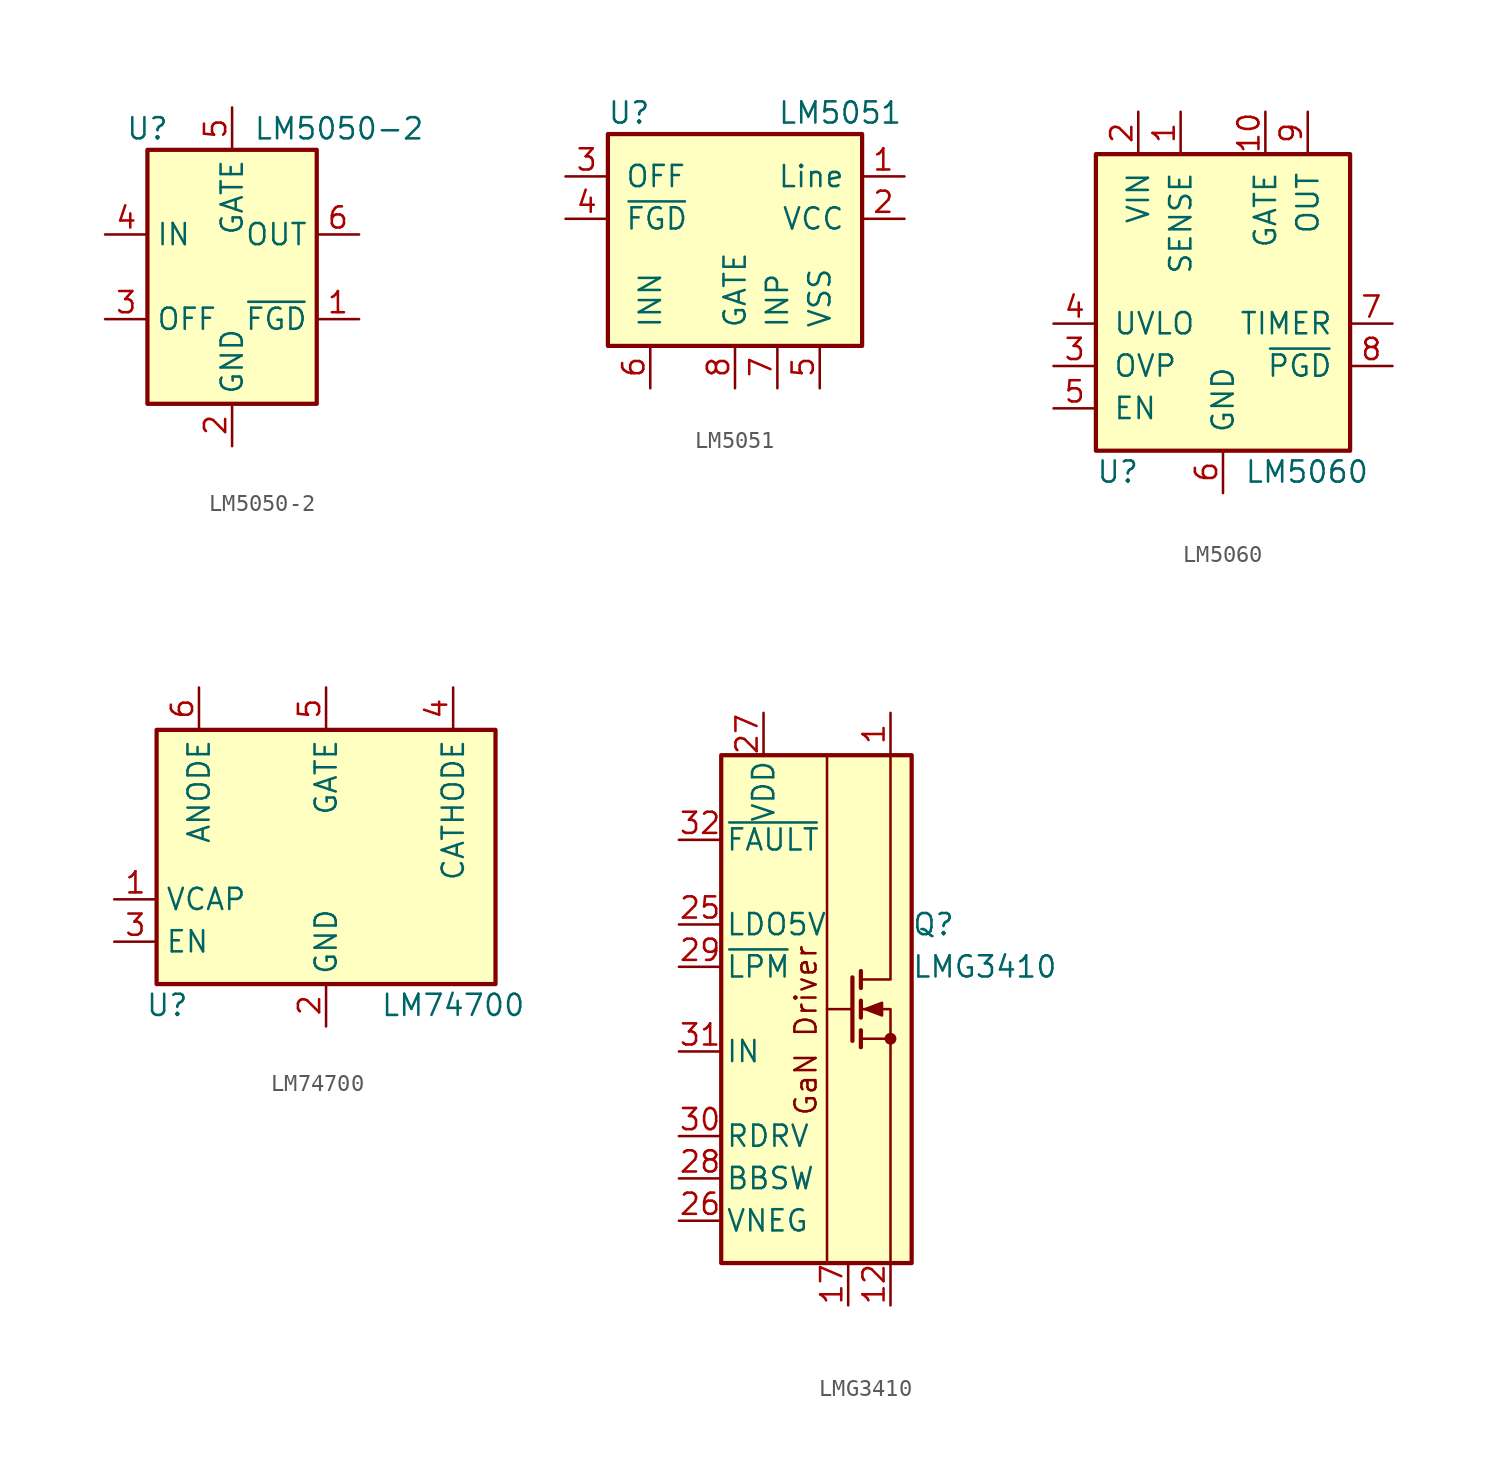
<source format=kicad_sym>
(kicad_symbol_lib
  (version 20201005)
  (generator kicad_symbol_editor)
  (symbol "Power_Management:LM5050-2"
    (property "Reference" "U"
      (at -5.08 8.89 0)
      (effects (font (size 1.27 1.27))))
    (property "Value" "LM5050-2"
      (at 1.27 8.89 0)
      (effects (font (size 1.27 1.27)) (justify left)))
    (symbol "LM5050-2_0_1"
      (rectangle (start -5.08 7.62) (end 5.08 -7.62) (stroke (width 0.254)) (fill (type background))))
    (symbol "LM5050-2_1_1"
      (pin open_collector line (at 7.62 -2.54 180) (length 2.54) (name "~FGD" (effects (font (size 1.27 1.27)))) (number "1" (effects (font (size 1.27 1.27)))))
      (pin power_in line (at 0 -10.16 90) (length 2.54) (name "GND" (effects (font (size 1.27 1.27)))) (number "2" (effects (font (size 1.27 1.27)))))
      (pin input line (at -7.62 -2.54 0) (length 2.54) (name "OFF" (effects (font (size 1.27 1.27)))) (number "3" (effects (font (size 1.27 1.27)))))
      (pin input line (at -7.62 2.54 0) (length 2.54) (name "IN" (effects (font (size 1.27 1.27)))) (number "4" (effects (font (size 1.27 1.27)))))
      (pin output line (at 0 10.16 270) (length 2.54) (name "GATE" (effects (font (size 1.27 1.27)))) (number "5" (effects (font (size 1.27 1.27)))))
      (pin input line (at 7.62 2.54 180) (length 2.54) (name "OUT" (effects (font (size 1.27 1.27)))) (number "6" (effects (font (size 1.27 1.27)))))))
  (symbol "Power_Management:LM5051"
    (pin_names
      (offset 1.016))
    (property "Reference" "U"
      (at -6.35 6.35 0)
      (effects (font (size 1.27 1.27))))
    (property "Value" "LM5051"
      (at 2.54 6.35 0)
      (effects (font (size 1.27 1.27)) (justify left)))
    (symbol "LM5051_0_1"
      (rectangle (start -7.62 5.08) (end 7.62 -7.62) (stroke (width 0.254)) (fill (type background))))
    (symbol "LM5051_1_1"
      (pin power_in line (at 10.16 2.54 180) (length 2.54) (name "Line" (effects (font (size 1.27 1.27)))) (number "1" (effects (font (size 1.27 1.27)))))
      (pin passive line (at 10.16 0 180) (length 2.54) (name "VCC" (effects (font (size 1.27 1.27)))) (number "2" (effects (font (size 1.27 1.27)))))
      (pin input line (at -10.16 2.54 0) (length 2.54) (name "OFF" (effects (font (size 1.27 1.27)))) (number "3" (effects (font (size 1.27 1.27)))))
      (pin open_collector line (at -10.16 0 0) (length 2.54) (name "~FGD" (effects (font (size 1.27 1.27)))) (number "4" (effects (font (size 1.27 1.27)))))
      (pin power_in line (at 5.08 -10.16 90) (length 2.54) (name "VSS" (effects (font (size 1.27 1.27)))) (number "5" (effects (font (size 1.27 1.27)))))
      (pin input line (at -5.08 -10.16 90) (length 2.54) (name "INN" (effects (font (size 1.27 1.27)))) (number "6" (effects (font (size 1.27 1.27)))))
      (pin power_in line (at 2.54 -10.16 90) (length 2.54) (name "INP" (effects (font (size 1.27 1.27)))) (number "7" (effects (font (size 1.27 1.27)))))
      (pin output line (at 0 -10.16 90) (length 2.54) (name "GATE" (effects (font (size 1.27 1.27)))) (number "8" (effects (font (size 1.27 1.27)))))))
  (symbol "Power_Management:LM5060"
    (pin_names
      (offset 1.016))
    (property "Reference" "U"
      (at -7.62 -11.43 0)
      (effects (font (size 1.27 1.27)) (justify left)))
    (property "Value" "LM5060"
      (at 1.27 -11.43 0)
      (effects (font (size 1.27 1.27)) (justify left)))
    (symbol "LM5060_0_1"
      (rectangle (start 7.62 7.62) (end -7.62 -10.16) (stroke (width 0.254)) (fill (type background))))
    (symbol "LM5060_1_0"
      (pin power_in line (at 0 -12.7 90) (length 2.54) (name "GND" (effects (font (size 1.27 1.27)))) (number "6" (effects (font (size 1.27 1.27))))))
    (symbol "LM5060_1_1"
      (pin input line (at -2.54 10.16 270) (length 2.54) (name "SENSE" (effects (font (size 1.27 1.27)))) (number "1" (effects (font (size 1.27 1.27)))))
      (pin output line (at 2.54 10.16 270) (length 2.54) (name "GATE" (effects (font (size 1.27 1.27)))) (number "10" (effects (font (size 1.27 1.27)))))
      (pin power_in line (at -5.08 10.16 270) (length 2.54) (name "VIN" (effects (font (size 1.27 1.27)))) (number "2" (effects (font (size 1.27 1.27)))))
      (pin input line (at -10.16 -5.08 0) (length 2.54) (name "OVP" (effects (font (size 1.27 1.27)))) (number "3" (effects (font (size 1.27 1.27)))))
      (pin input line (at -10.16 -2.54 0) (length 2.54) (name "UVLO" (effects (font (size 1.27 1.27)))) (number "4" (effects (font (size 1.27 1.27)))))
      (pin input line (at -10.16 -7.62 0) (length 2.54) (name "EN" (effects (font (size 1.27 1.27)))) (number "5" (effects (font (size 1.27 1.27)))))
      (pin input line (at 10.16 -2.54 180) (length 2.54) (name "TIMER" (effects (font (size 1.27 1.27)))) (number "7" (effects (font (size 1.27 1.27)))))
      (pin open_collector line (at 10.16 -5.08 180) (length 2.54) (name "~PGD" (effects (font (size 1.27 1.27)))) (number "8" (effects (font (size 1.27 1.27)))))
      (pin input line (at 5.08 10.16 270) (length 2.54) (name "OUT" (effects (font (size 1.27 1.27)))) (number "9" (effects (font (size 1.27 1.27)))))))
  (symbol "Power_Management:LM74700"
    (property "Reference" "U"
      (at -9.525 -8.89 0)
      (effects (font (size 1.27 1.27))))
    (property "Value" "LM74700"
      (at 7.62 -8.89 0)
      (effects (font (size 1.27 1.27))))
    (symbol "LM74700_0_1"
      (rectangle (start -10.16 7.62) (end 10.16 -7.62) (stroke (width 0.254)) (fill (type background))))
    (symbol "LM74700_1_1"
      (pin passive line (at -12.7 -2.54 0) (length 2.54) (name "VCAP" (effects (font (size 1.27 1.27)))) (number "1" (effects (font (size 1.27 1.27)))))
      (pin power_in line (at 0 -10.16 90) (length 2.54) (name "GND" (effects (font (size 1.27 1.27)))) (number "2" (effects (font (size 1.27 1.27)))))
      (pin input line (at -12.7 -5.08 0) (length 2.54) (name "EN" (effects (font (size 1.27 1.27)))) (number "3" (effects (font (size 1.27 1.27)))))
      (pin input line (at 7.62 10.16 270) (length 2.54) (name "CATHODE" (effects (font (size 1.27 1.27)))) (number "4" (effects (font (size 1.27 1.27)))))
      (pin output line (at 0 10.16 270) (length 2.54) (name "GATE" (effects (font (size 1.27 1.27)))) (number "5" (effects (font (size 1.27 1.27)))))
      (pin power_in line (at -7.62 10.16 270) (length 2.54) (name "ANODE" (effects (font (size 1.27 1.27)))) (number "6" (effects (font (size 1.27 1.27)))))))
  (symbol "Power_Management:LMG3410"
    (pin_names
      (offset 0.254))
    (property "Reference" "Q"
      (at 6.35 5.08 0)
      (effects (font (size 1.27 1.27)) (justify left)))
    (property "Value" "LMG3410"
      (at 6.35 2.54 0)
      (effects (font (size 1.27 1.27)) (justify left)))
    (symbol "LMG3410_0_1"
      (circle (center 5.08 -1.778) (radius 0.279) (stroke (width 0)) (fill (type outline)))
      (rectangle (start -5.08 15.24) (end 6.35 -15.24) (stroke (width 0.254)) (fill (type background)))
      (polyline (pts (xy 1.27 0) (xy 2.794 0)) (stroke (width 0)) (fill (type none)))
      (polyline (pts (xy 1.27 15.24) (xy 1.27 -15.24)) (stroke (width 0)) (fill (type none)))
      (polyline (pts (xy 3.302 -1.778) (xy 5.08 -1.778)) (stroke (width 0)) (fill (type none)))
      (polyline (pts (xy 3.302 -1.27) (xy 3.302 -2.286)) (stroke (width 0.254)) (fill (type none)))
      (polyline (pts (xy 3.302 0.508) (xy 3.302 -0.508)) (stroke (width 0.254)) (fill (type none)))
      (polyline (pts (xy 3.302 2.286) (xy 3.302 1.27)) (stroke (width 0.254)) (fill (type none)))
      (polyline (pts (xy 2.794 1.905) (xy 2.794 -1.905) (xy 2.794 -1.905)) (stroke (width 0.254)) (fill (type none)))
      (polyline (pts (xy 3.302 0) (xy 5.08 0) (xy 5.08 -15.24)) (stroke (width 0)) (fill (type none)))
      (polyline (pts (xy 5.08 15.24) (xy 5.08 1.778) (xy 3.302 1.778)) (stroke (width 0)) (fill (type none)))
      (polyline (pts (xy 3.556 0) (xy 4.572 0.381) (xy 4.572 -0.381) (xy 3.556 0)) (stroke (width 0)) (fill (type outline))))
    (symbol "LMG3410_1_0"
      (text "GaN Driver" (at 0 -1.27 900) (effects (font (size 1.27 1.27)))))
    (symbol "LMG3410_1_1"
      (pin passive line (at 5.08 17.78 270) (length 2.54) (name "~" (effects (font (size 1.27 1.27)))) (number "1" (effects (font (size 1.27 1.27)))))
      (pin passive line (at 5.08 17.78 270) (length 2.54) hide (name "~" (effects (font (size 1.27 1.27)))) (number "10" (effects (font (size 1.27 1.27)))))
      (pin passive line (at 5.08 17.78 270) (length 2.54) hide (name "~" (effects (font (size 1.27 1.27)))) (number "11" (effects (font (size 1.27 1.27)))))
      (pin passive line (at 5.08 -17.78 90) (length 2.54) (name "~" (effects (font (size 1.27 1.27)))) (number "12" (effects (font (size 1.27 1.27)))))
      (pin passive line (at 5.08 -17.78 90) (length 2.54) hide (name "~" (effects (font (size 1.27 1.27)))) (number "13" (effects (font (size 1.27 1.27)))))
      (pin passive line (at 5.08 -17.78 90) (length 2.54) hide (name "~" (effects (font (size 1.27 1.27)))) (number "14" (effects (font (size 1.27 1.27)))))
      (pin passive line (at 5.08 -17.78 90) (length 2.54) hide (name "~" (effects (font (size 1.27 1.27)))) (number "15" (effects (font (size 1.27 1.27)))))
      (pin passive line (at 5.08 -17.78 90) (length 2.54) hide (name "~" (effects (font (size 1.27 1.27)))) (number "16" (effects (font (size 1.27 1.27)))))
      (pin passive line (at 2.54 -17.78 90) (length 2.54) (name "~" (effects (font (size 1.27 1.27)))) (number "17" (effects (font (size 1.27 1.27)))))
      (pin passive line (at 5.08 -17.78 90) (length 2.54) hide (name "~" (effects (font (size 1.27 1.27)))) (number "18" (effects (font (size 1.27 1.27)))))
      (pin passive line (at 5.08 -17.78 90) (length 2.54) hide (name "~" (effects (font (size 1.27 1.27)))) (number "19" (effects (font (size 1.27 1.27)))))
      (pin passive line (at 5.08 17.78 270) (length 2.54) hide (name "~" (effects (font (size 1.27 1.27)))) (number "2" (effects (font (size 1.27 1.27)))))
      (pin passive line (at 5.08 -17.78 90) (length 2.54) hide (name "~" (effects (font (size 1.27 1.27)))) (number "20" (effects (font (size 1.27 1.27)))))
      (pin passive line (at 5.08 -17.78 90) (length 2.54) hide (name "~" (effects (font (size 1.27 1.27)))) (number "21" (effects (font (size 1.27 1.27)))))
      (pin passive line (at 5.08 -17.78 90) (length 2.54) hide (name "~" (effects (font (size 1.27 1.27)))) (number "22" (effects (font (size 1.27 1.27)))))
      (pin passive line (at 5.08 -17.78 90) (length 2.54) hide (name "~" (effects (font (size 1.27 1.27)))) (number "23" (effects (font (size 1.27 1.27)))))
      (pin passive line (at 5.08 -17.78 90) (length 2.54) hide (name "~" (effects (font (size 1.27 1.27)))) (number "24" (effects (font (size 1.27 1.27)))))
      (pin power_out line (at -7.62 5.08 0) (length 2.54) (name "LDO5V" (effects (font (size 1.27 1.27)))) (number "25" (effects (font (size 1.27 1.27)))))
      (pin power_in line (at -7.62 -12.7 0) (length 2.54) (name "VNEG" (effects (font (size 1.27 1.27)))) (number "26" (effects (font (size 1.27 1.27)))))
      (pin power_in line (at -2.54 17.78 270) (length 2.54) (name "VDD" (effects (font (size 1.27 1.27)))) (number "27" (effects (font (size 1.27 1.27)))))
      (pin passive line (at -7.62 -10.16 0) (length 2.54) (name "BBSW" (effects (font (size 1.27 1.27)))) (number "28" (effects (font (size 1.27 1.27)))))
      (pin input line (at -7.62 2.54 0) (length 2.54) (name "~LPM" (effects (font (size 1.27 1.27)))) (number "29" (effects (font (size 1.27 1.27)))))
      (pin passive line (at 5.08 17.78 270) (length 2.54) hide (name "~" (effects (font (size 1.27 1.27)))) (number "3" (effects (font (size 1.27 1.27)))))
      (pin passive line (at -7.62 -7.62 0) (length 2.54) (name "RDRV" (effects (font (size 1.27 1.27)))) (number "30" (effects (font (size 1.27 1.27)))))
      (pin input line (at -7.62 -2.54 0) (length 2.54) (name "IN" (effects (font (size 1.27 1.27)))) (number "31" (effects (font (size 1.27 1.27)))))
      (pin output line (at -7.62 10.16 0) (length 2.54) (name "~FAULT" (effects (font (size 1.27 1.27)))) (number "32" (effects (font (size 1.27 1.27)))))
      (pin passive line (at 5.08 -17.78 90) (length 2.54) hide (name "~" (effects (font (size 1.27 1.27)))) (number "33" (effects (font (size 1.27 1.27)))))
      (pin passive line (at 5.08 17.78 270) (length 2.54) hide (name "~" (effects (font (size 1.27 1.27)))) (number "4" (effects (font (size 1.27 1.27)))))
      (pin passive line (at 5.08 17.78 270) (length 2.54) hide (name "~" (effects (font (size 1.27 1.27)))) (number "5" (effects (font (size 1.27 1.27)))))
      (pin passive line (at 5.08 17.78 270) (length 2.54) hide (name "~" (effects (font (size 1.27 1.27)))) (number "6" (effects (font (size 1.27 1.27)))))
      (pin passive line (at 5.08 17.78 270) (length 2.54) hide (name "~" (effects (font (size 1.27 1.27)))) (number "7" (effects (font (size 1.27 1.27)))))
      (pin passive line (at 5.08 17.78 270) (length 2.54) hide (name "~" (effects (font (size 1.27 1.27)))) (number "8" (effects (font (size 1.27 1.27)))))
      (pin passive line (at 5.08 17.78 270) (length 2.54) hide (name "~" (effects (font (size 1.27 1.27)))) (number "9" (effects (font (size 1.27 1.27))))))))
</source>
